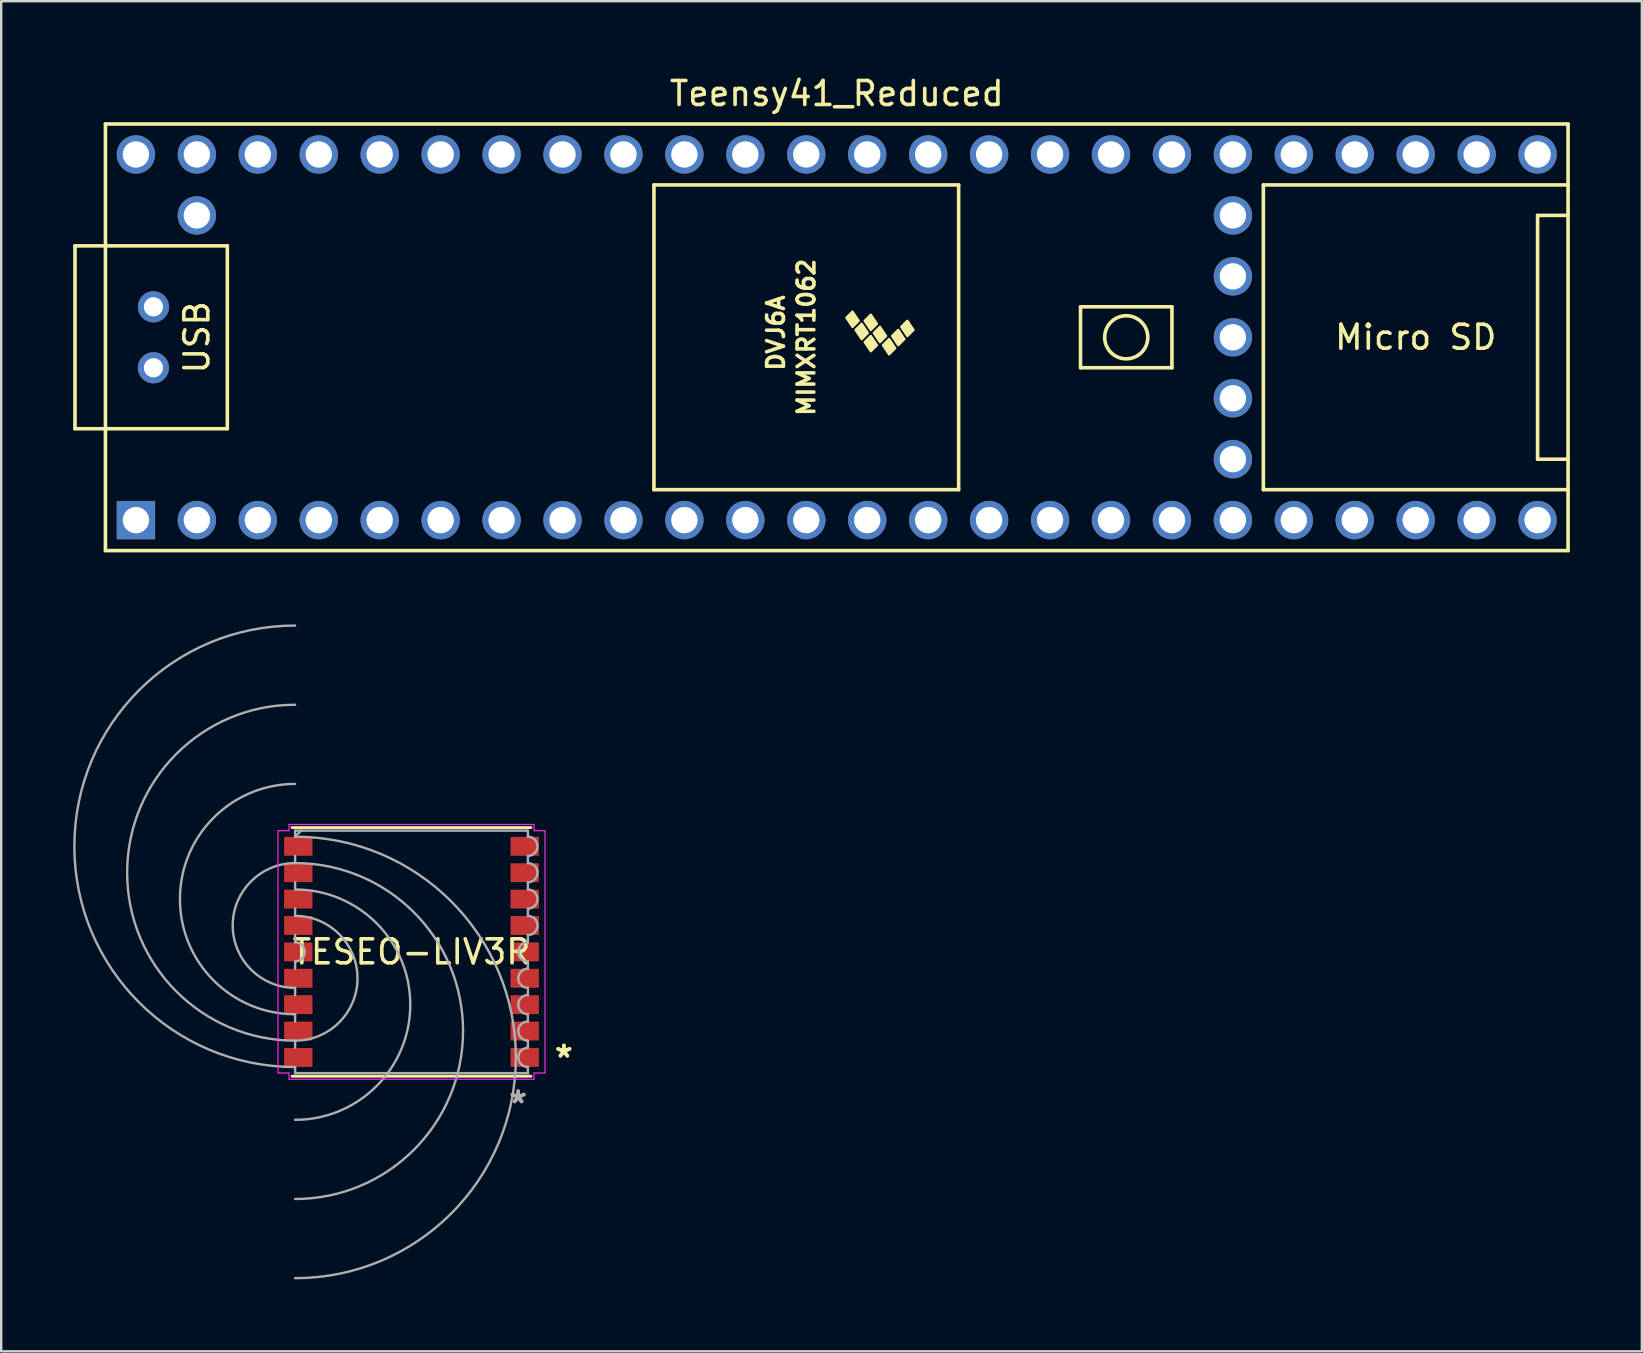
<source format=kicad_pcb>
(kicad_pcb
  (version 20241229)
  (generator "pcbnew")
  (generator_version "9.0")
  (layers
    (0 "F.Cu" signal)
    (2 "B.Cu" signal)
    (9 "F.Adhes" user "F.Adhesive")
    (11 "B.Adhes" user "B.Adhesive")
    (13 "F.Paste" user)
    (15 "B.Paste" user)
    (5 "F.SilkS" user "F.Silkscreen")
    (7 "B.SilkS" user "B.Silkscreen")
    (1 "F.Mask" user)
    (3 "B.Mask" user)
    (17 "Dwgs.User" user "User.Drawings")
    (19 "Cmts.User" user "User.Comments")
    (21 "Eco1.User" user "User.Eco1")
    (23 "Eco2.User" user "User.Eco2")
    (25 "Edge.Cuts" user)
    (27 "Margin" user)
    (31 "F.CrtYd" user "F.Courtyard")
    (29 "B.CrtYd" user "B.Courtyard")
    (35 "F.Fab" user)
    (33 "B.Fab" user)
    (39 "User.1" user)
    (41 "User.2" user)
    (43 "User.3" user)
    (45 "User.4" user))
  (footprint "Teensy41_Reduced"
    (layer "F.Cu")
    (at 31.825 11.008)
    (property "Reference" "Teensy41_Reduced" (at 0 -10.16 0) (layer "F.SilkS") (effects (font (size 1 1) (thickness 0.15))))
    (attr through_hole)
    (fp_line (start -31.75 -3.81) (end -30.48 -3.81) (stroke (width 0.15) (type solid)) (layer "F.SilkS"))
    (fp_line (start -31.75 3.81) (end -31.75 -3.81) (stroke (width 0.15) (type solid)) (layer "F.SilkS"))
    (fp_line (start -30.48 -8.89) (end 30.48 -8.89) (stroke (width 0.15) (type solid)) (layer "F.SilkS"))
    (fp_line (start -30.48 3.81) (end -31.75 3.81) (stroke (width 0.15) (type solid)) (layer "F.SilkS"))
    (fp_line (start -30.48 8.89) (end -30.48 -8.89) (stroke (width 0.15) (type solid)) (layer "F.SilkS"))
    (fp_line (start -25.4 -3.81) (end -30.48 -3.81) (stroke (width 0.15) (type solid)) (layer "F.SilkS"))
    (fp_line (start -25.4 3.81) (end -30.48 3.81) (stroke (width 0.15) (type solid)) (layer "F.SilkS"))
    (fp_line (start -25.4 3.81) (end -25.4 -3.81) (stroke (width 0.15) (type solid)) (layer "F.SilkS"))
    (fp_line (start -7.62 -6.35) (end -7.62 6.35) (stroke (width 0.15) (type solid)) (layer "F.SilkS"))
    (fp_line (start -7.62 6.35) (end 5.08 6.35) (stroke (width 0.15) (type solid)) (layer "F.SilkS"))
    (fp_line (start 5.08 -6.35) (end -7.62 -6.35) (stroke (width 0.15) (type solid)) (layer "F.SilkS"))
    (fp_line (start 5.08 6.35) (end 5.08 -6.35) (stroke (width 0.15) (type solid)) (layer "F.SilkS"))
    (fp_line (start 10.16 -1.27) (end 13.97 -1.27) (stroke (width 0.15) (type solid)) (layer "F.SilkS"))
    (fp_line (start 10.16 1.27) (end 10.16 -1.27) (stroke (width 0.15) (type solid)) (layer "F.SilkS"))
    (fp_line (start 13.97 -1.27) (end 13.97 1.27) (stroke (width 0.15) (type solid)) (layer "F.SilkS"))
    (fp_line (start 13.97 1.27) (end 10.16 1.27) (stroke (width 0.15) (type solid)) (layer "F.SilkS"))
    (fp_line (start 17.78 -6.35) (end 17.78 6.35) (stroke (width 0.15) (type solid)) (layer "F.SilkS"))
    (fp_line (start 17.78 6.35) (end 30.48 6.35) (stroke (width 0.15) (type solid)) (layer "F.SilkS"))
    (fp_line (start 29.21 -5.08) (end 29.21 5.08) (stroke (width 0.15) (type solid)) (layer "F.SilkS"))
    (fp_line (start 29.21 5.08) (end 30.48 5.08) (stroke (width 0.15) (type solid)) (layer "F.SilkS"))
    (fp_line (start 30.48 -8.89) (end 30.48 8.89) (stroke (width 0.15) (type solid)) (layer "F.SilkS"))
    (fp_line (start 30.48 -6.35) (end 17.78 -6.35) (stroke (width 0.15) (type solid)) (layer "F.SilkS"))
    (fp_line (start 30.48 -5.08) (end 29.21 -5.08) (stroke (width 0.15) (type solid)) (layer "F.SilkS"))
    (fp_line (start 30.48 8.89) (end -30.48 8.89) (stroke (width 0.15) (type solid)) (layer "F.SilkS"))
    (fp_circle (center 12.065 0) (end 12.7 -0.635) (stroke (width 0.15) (type solid)) (fill no) (layer "F.SilkS"))
    (fp_poly (pts (xy 0.911 -0.688) (xy 0.657 -0.434) (xy 0.403 -0.815) (xy 0.657 -1.069)) (stroke (width 0.1) (type solid)) (fill yes) (layer "F.SilkS"))
    (fp_poly (pts (xy 1.292 -0.18) (xy 1.038 0.074) (xy 0.784 -0.307) (xy 1.038 -0.561)) (stroke (width 0.1) (type solid)) (fill yes) (layer "F.SilkS"))
    (fp_poly (pts (xy 1.673 -0.561) (xy 1.419 -0.307) (xy 1.165 -0.688) (xy 1.419 -0.942)) (stroke (width 0.1) (type solid)) (fill yes) (layer "F.SilkS"))
    (fp_poly (pts (xy 1.673 0.328) (xy 1.419 0.582) (xy 1.165 0.201) (xy 1.419 -0.053)) (stroke (width 0.1) (type solid)) (fill yes) (layer "F.SilkS"))
    (fp_poly (pts (xy 2.054 -0.053) (xy 1.8 0.201) (xy 1.546 -0.18) (xy 1.8 -0.434)) (stroke (width 0.1) (type solid)) (fill yes) (layer "F.SilkS"))
    (fp_poly (pts (xy 2.435 0.455) (xy 2.181 0.709) (xy 1.927 0.328) (xy 2.181 0.074)) (stroke (width 0.1) (type solid)) (fill yes) (layer "F.SilkS"))
    (fp_poly (pts (xy 2.816 0.074) (xy 2.562 0.328) (xy 2.308 -0.053) (xy 2.562 -0.307)) (stroke (width 0.1) (type solid)) (fill yes) (layer "F.SilkS"))
    (fp_poly (pts (xy 3.197 -0.307) (xy 2.943 -0.053) (xy 2.689 -0.434) (xy 2.943 -0.688)) (stroke (width 0.1) (type solid)) (fill yes) (layer "F.SilkS"))
    (fp_text user "MIMXRT1062" (at -1.27 0 270) (layer "F.SilkS") (effects (font (size 0.7 0.7) (thickness 0.15))))
    (fp_text user "DVJ6A" (at -2.54 -0.18 270) (layer "F.SilkS") (effects (font (size 0.7 0.7) (thickness 0.15))))
    (fp_text user "USB" (at -26.67 0 270) (layer "F.SilkS") (effects (font (size 1 1) (thickness 0.15))))
    (fp_text user "Micro SD" (at 24.13 0 0) (layer "F.SilkS") (effects (font (size 1 1) (thickness 0.15))))
    (pad "1" thru_hole rect (at -29.21 7.62) (size 1.6 1.6) (drill 1.1) (layers "*.Cu" "*.Mask"))
    (pad "2" thru_hole circle (at -26.67 7.62) (size 1.6 1.6) (drill 1.1) (layers "*.Cu" "*.Mask"))
    (pad "3" thru_hole circle (at -24.13 7.62) (size 1.6 1.6) (drill 1.1) (layers "*.Cu" "*.Mask"))
    (pad "4" thru_hole circle (at -21.59 7.62) (size 1.6 1.6) (drill 1.1) (layers "*.Cu" "*.Mask"))
    (pad "5" thru_hole circle (at -19.05 7.62) (size 1.6 1.6) (drill 1.1) (layers "*.Cu" "*.Mask"))
    (pad "6" thru_hole circle (at -16.51 7.62) (size 1.6 1.6) (drill 1.1) (layers "*.Cu" "*.Mask"))
    (pad "7" thru_hole circle (at -13.97 7.62) (size 1.6 1.6) (drill 1.1) (layers "*.Cu" "*.Mask"))
    (pad "8" thru_hole circle (at -11.43 7.62) (size 1.6 1.6) (drill 1.1) (layers "*.Cu" "*.Mask"))
    (pad "9" thru_hole circle (at -8.89 7.62) (size 1.6 1.6) (drill 1.1) (layers "*.Cu" "*.Mask"))
    (pad "10" thru_hole circle (at -6.35 7.62) (size 1.6 1.6) (drill 1.1) (layers "*.Cu" "*.Mask"))
    (pad "11" thru_hole circle (at -3.81 7.62) (size 1.6 1.6) (drill 1.1) (layers "*.Cu" "*.Mask"))
    (pad "12" thru_hole circle (at -1.27 7.62) (size 1.6 1.6) (drill 1.1) (layers "*.Cu" "*.Mask"))
    (pad "13" thru_hole circle (at 1.27 7.62) (size 1.6 1.6) (drill 1.1) (layers "*.Cu" "*.Mask"))
    (pad "14" thru_hole circle (at 3.81 7.62) (size 1.6 1.6) (drill 1.1) (layers "*.Cu" "*.Mask"))
    (pad "15" thru_hole circle (at 6.35 7.62) (size 1.6 1.6) (drill 1.1) (layers "*.Cu" "*.Mask"))
    (pad "16" thru_hole circle (at 8.89 7.62) (size 1.6 1.6) (drill 1.1) (layers "*.Cu" "*.Mask"))
    (pad "17" thru_hole circle (at 11.43 7.62) (size 1.6 1.6) (drill 1.1) (layers "*.Cu" "*.Mask"))
    (pad "18" thru_hole circle (at 13.97 7.62) (size 1.6 1.6) (drill 1.1) (layers "*.Cu" "*.Mask"))
    (pad "19" thru_hole circle (at 16.51 7.62) (size 1.6 1.6) (drill 1.1) (layers "*.Cu" "*.Mask"))
    (pad "20" thru_hole circle (at 19.05 7.62) (size 1.6 1.6) (drill 1.1) (layers "*.Cu" "*.Mask"))
    (pad "21" thru_hole circle (at 21.59 7.62) (size 1.6 1.6) (drill 1.1) (layers "*.Cu" "*.Mask"))
    (pad "22" thru_hole circle (at 24.13 7.62) (size 1.6 1.6) (drill 1.1) (layers "*.Cu" "*.Mask"))
    (pad "23" thru_hole circle (at 26.67 7.62) (size 1.6 1.6) (drill 1.1) (layers "*.Cu" "*.Mask"))
    (pad "24" thru_hole circle (at 29.21 7.62) (size 1.6 1.6) (drill 1.1) (layers "*.Cu" "*.Mask"))
    (pad "25" thru_hole circle (at 29.21 -7.62) (size 1.6 1.6) (drill 1.1) (layers "*.Cu" "*.Mask"))
    (pad "26" thru_hole circle (at 26.67 -7.62) (size 1.6 1.6) (drill 1.1) (layers "*.Cu" "*.Mask"))
    (pad "27" thru_hole circle (at 24.13 -7.62) (size 1.6 1.6) (drill 1.1) (layers "*.Cu" "*.Mask"))
    (pad "28" thru_hole circle (at 21.59 -7.62) (size 1.6 1.6) (drill 1.1) (layers "*.Cu" "*.Mask"))
    (pad "29" thru_hole circle (at 19.05 -7.62) (size 1.6 1.6) (drill 1.1) (layers "*.Cu" "*.Mask"))
    (pad "30" thru_hole circle (at 16.51 -7.62) (size 1.6 1.6) (drill 1.1) (layers "*.Cu" "*.Mask"))
    (pad "31" thru_hole circle (at 13.97 -7.62) (size 1.6 1.6) (drill 1.1) (layers "*.Cu" "*.Mask"))
    (pad "32" thru_hole circle (at 11.43 -7.62) (size 1.6 1.6) (drill 1.1) (layers "*.Cu" "*.Mask"))
    (pad "33" thru_hole circle (at 8.89 -7.62) (size 1.6 1.6) (drill 1.1) (layers "*.Cu" "*.Mask"))
    (pad "34" thru_hole circle (at 6.35 -7.62) (size 1.6 1.6) (drill 1.1) (layers "*.Cu" "*.Mask"))
    (pad "35" thru_hole circle (at 3.81 -7.62) (size 1.6 1.6) (drill 1.1) (layers "*.Cu" "*.Mask"))
    (pad "36" thru_hole circle (at 1.27 -7.62) (size 1.6 1.6) (drill 1.1) (layers "*.Cu" "*.Mask"))
    (pad "37" thru_hole circle (at -1.27 -7.62) (size 1.6 1.6) (drill 1.1) (layers "*.Cu" "*.Mask"))
    (pad "38" thru_hole circle (at -3.81 -7.62) (size 1.6 1.6) (drill 1.1) (layers "*.Cu" "*.Mask"))
    (pad "39" thru_hole circle (at -6.35 -7.62) (size 1.6 1.6) (drill 1.1) (layers "*.Cu" "*.Mask"))
    (pad "40" thru_hole circle (at -8.89 -7.62) (size 1.6 1.6) (drill 1.1) (layers "*.Cu" "*.Mask"))
    (pad "41" thru_hole circle (at -11.43 -7.62) (size 1.6 1.6) (drill 1.1) (layers "*.Cu" "*.Mask"))
    (pad "42" thru_hole circle (at -13.97 -7.62) (size 1.6 1.6) (drill 1.1) (layers "*.Cu" "*.Mask"))
    (pad "43" thru_hole circle (at -16.51 -7.62) (size 1.6 1.6) (drill 1.1) (layers "*.Cu" "*.Mask"))
    (pad "44" thru_hole circle (at -19.05 -7.62) (size 1.6 1.6) (drill 1.1) (layers "*.Cu" "*.Mask"))
    (pad "45" thru_hole circle (at -21.59 -7.62) (size 1.6 1.6) (drill 1.1) (layers "*.Cu" "*.Mask"))
    (pad "46" thru_hole circle (at -24.13 -7.62) (size 1.6 1.6) (drill 1.1) (layers "*.Cu" "*.Mask"))
    (pad "47" thru_hole circle (at -26.67 -7.62) (size 1.6 1.6) (drill 1.1) (layers "*.Cu" "*.Mask"))
    (pad "48" thru_hole circle (at -29.21 -7.62) (size 1.6 1.6) (drill 1.1) (layers "*.Cu" "*.Mask"))
    (pad "49" thru_hole circle (at -26.67 -5.08) (size 1.6 1.6) (drill 1.1) (layers "*.Cu" "*.Mask"))
    (pad "50" thru_hole circle (at 16.51 5.08) (size 1.6 1.6) (drill 1.1) (layers "*.Cu" "*.Mask"))
    (pad "51" thru_hole circle (at 16.51 2.54) (size 1.6 1.6) (drill 1.1) (layers "*.Cu" "*.Mask"))
    (pad "52" thru_hole circle (at 16.51 0) (size 1.6 1.6) (drill 1.1) (layers "*.Cu" "*.Mask"))
    (pad "53" thru_hole circle (at 16.51 -2.54) (size 1.6 1.6) (drill 1.1) (layers "*.Cu" "*.Mask"))
    (pad "54" thru_hole circle (at 16.51 -5.08) (size 1.6 1.6) (drill 1.1) (layers "*.Cu" "*.Mask"))
    (pad "66" thru_hole circle (at -28.48 1.27) (size 1.3 1.3) (drill 0.8) (layers "*.Cu" "*.Mask"))
    (pad "67" thru_hole circle (at -28.48 -1.27) (size 1.3 1.3) (drill 0.8) (layers "*.Cu" "*.Mask")))
  (footprint "TESEO-LIV3R"
    (layer "F.Cu")
    (at 14.101 36.623)
    (property "Reference" "TESEO-LIV3R" (at 0 0 0) (layer "F.SilkS") (effects (font (size 1 1) (thickness 0.15))))
    (attr through_hole)
    (fp_line (start -4.978 -5.182) (end 4.978 -5.182) (stroke (width 0.12) (type solid)) (layer "F.SilkS"))
    (fp_line (start -4.978 5.182) (end 4.978 5.182) (stroke (width 0.12) (type solid)) (layer "F.SilkS"))
    (fp_line (start -5.563 -5.048) (end -5.105 -5.048) (stroke (width 0.05) (type solid)) (layer "F.CrtYd"))
    (fp_line (start -5.563 5.048) (end -5.563 -5.048) (stroke (width 0.05) (type solid)) (layer "F.CrtYd"))
    (fp_line (start -5.105 -5.309) (end 5.105 -5.309) (stroke (width 0.05) (type solid)) (layer "F.CrtYd"))
    (fp_line (start -5.105 -5.048) (end -5.105 -5.309) (stroke (width 0.05) (type solid)) (layer "F.CrtYd"))
    (fp_line (start -5.105 5.048) (end -5.563 5.048) (stroke (width 0.05) (type solid)) (layer "F.CrtYd"))
    (fp_line (start -5.105 5.309) (end -5.105 5.048) (stroke (width 0.05) (type solid)) (layer "F.CrtYd"))
    (fp_line (start 5.105 -5.309) (end 5.105 -5.048) (stroke (width 0.05) (type solid)) (layer "F.CrtYd"))
    (fp_line (start 5.105 -5.048) (end 5.563 -5.048) (stroke (width 0.05) (type solid)) (layer "F.CrtYd"))
    (fp_line (start 5.105 5.048) (end 5.105 5.309) (stroke (width 0.05) (type solid)) (layer "F.CrtYd"))
    (fp_line (start 5.105 5.309) (end -5.105 5.309) (stroke (width 0.05) (type solid)) (layer "F.CrtYd"))
    (fp_line (start 5.563 -5.048) (end 5.563 5.048) (stroke (width 0.05) (type solid)) (layer "F.CrtYd"))
    (fp_line (start 5.563 5.048) (end 5.105 5.048) (stroke (width 0.05) (type solid)) (layer "F.CrtYd"))
    (fp_line (start -4.851 -5.055) (end 4.851 -5.055) (stroke (width 0.1) (type solid)) (layer "F.Fab"))
    (fp_line (start -4.851 -4.8) (end -4.851 -5.055) (stroke (width 0.1) (type solid)) (layer "F.Fab"))
    (fp_line (start -4.851 -4) (end -4.851 -3.7) (stroke (width 0.1) (type solid)) (layer "F.Fab"))
    (fp_line (start -4.851 -2.9) (end -4.851 -2.6) (stroke (width 0.1) (type solid)) (layer "F.Fab"))
    (fp_line (start -4.851 -1.8) (end -4.851 -1.5) (stroke (width 0.1) (type solid)) (layer "F.Fab"))
    (fp_line (start -4.851 -0.7) (end -4.851 -0.4) (stroke (width 0.1) (type solid)) (layer "F.Fab"))
    (fp_line (start -4.851 0.4) (end -4.851 0.7) (stroke (width 0.1) (type solid)) (layer "F.Fab"))
    (fp_line (start -4.851 1.5) (end -4.851 1.8) (stroke (width 0.1) (type solid)) (layer "F.Fab"))
    (fp_line (start -4.851 2.6) (end -4.851 2.9) (stroke (width 0.1) (type solid)) (layer "F.Fab"))
    (fp_line (start -4.851 3.7) (end -4.851 4) (stroke (width 0.1) (type solid)) (layer "F.Fab"))
    (fp_line (start -4.851 4.8) (end -4.851 5.055) (stroke (width 0.1) (type solid)) (layer "F.Fab"))
    (fp_line (start -4.851 5.055) (end 4.851 5.055) (stroke (width 0.1) (type solid)) (layer "F.Fab"))
    (fp_line (start -4.597 -5.055) (end -4.851 -4.801) (stroke (width 0.1) (type solid)) (layer "F.Fab"))
    (fp_line (start 4.851 -4.8) (end 4.851 -5.055) (stroke (width 0.1) (type solid)) (layer "F.Fab"))
    (fp_line (start 4.851 -4) (end 4.851 -3.7) (stroke (width 0.1) (type solid)) (layer "F.Fab"))
    (fp_line (start 4.851 -2.9) (end 4.851 -2.6) (stroke (width 0.1) (type solid)) (layer "F.Fab"))
    (fp_line (start 4.851 -1.8) (end 4.851 -1.5) (stroke (width 0.1) (type solid)) (layer "F.Fab"))
    (fp_line (start 4.851 -0.7) (end 4.851 -0.4) (stroke (width 0.1) (type solid)) (layer "F.Fab"))
    (fp_line (start 4.851 0.4) (end 4.851 0.7) (stroke (width 0.1) (type solid)) (layer "F.Fab"))
    (fp_line (start 4.851 1.5) (end 4.851 1.8) (stroke (width 0.1) (type solid)) (layer "F.Fab"))
    (fp_line (start 4.851 2.6) (end 4.851 2.9) (stroke (width 0.1) (type solid)) (layer "F.Fab"))
    (fp_line (start 4.851 3.7) (end 4.851 4) (stroke (width 0.1) (type solid)) (layer "F.Fab"))
    (fp_line (start 4.851 4.8) (end 4.851 5.055) (stroke (width 0.1) (type solid)) (layer "F.Fab"))
    (fp_arc (start -4.8514 -4.799998) (mid 4.348597 4.399999) (end -4.8514 13.599996) (stroke (width 0.1) (type solid)) (layer "F.Fab"))
    (fp_arc (start -4.8514 -3.699998) (mid 2.148596 3.299998) (end -4.8514 10.299994) (stroke (width 0.1) (type solid)) (layer "F.Fab"))
    (fp_arc (start -4.8514 -2.6) (mid -0.051399 2.200001) (end -4.8514 7.000002) (stroke (width 0.1) (type solid)) (layer "F.Fab"))
    (fp_arc (start -4.8514 -1.5) (mid -2.2514 1.1) (end -4.8514 3.7) (stroke (width 0.1) (type solid)) (layer "F.Fab"))
    (fp_arc (start -4.8514 -0.399999) (mid -4.451401 0) (end -4.8514 0.399999) (stroke (width 0.1) (type solid)) (layer "F.Fab"))
    (fp_arc (start -4.8514 1.5) (mid -7.4514 -1.1) (end -4.8514 -3.7) (stroke (width 0.1) (type solid)) (layer "F.Fab"))
    (fp_arc (start -4.8514 2.6) (mid -9.651401 -2.200001) (end -4.8514 -7.000002) (stroke (width 0.1) (type solid)) (layer "F.Fab"))
    (fp_arc (start -4.8514 3.7) (mid -11.851401 -3.300001) (end -4.8514 -10.300002) (stroke (width 0.1) (type solid)) (layer "F.Fab"))
    (fp_arc (start -4.8514 4.800001) (mid -14.051402 -4.400001) (end -4.8514 -13.600003) (stroke (width 0.1) (type solid)) (layer "F.Fab"))
    (fp_arc (start 4.8514 -4.800001) (mid 5.2514 -4.400001) (end 4.8514 -4.000001) (stroke (width 0.1) (type solid)) (layer "F.Fab"))
    (fp_arc (start 4.8514 -3.7) (mid 5.251399 -3.300001) (end 4.8514 -2.900002) (stroke (width 0.1) (type solid)) (layer "F.Fab"))
    (fp_arc (start 4.8514 -2.6) (mid 5.251399 -2.200001) (end 4.8514 -1.800002) (stroke (width 0.1) (type solid)) (layer "F.Fab"))
    (fp_arc (start 4.8514 -1.5) (mid 5.2514 -1.1) (end 4.8514 -0.7) (stroke (width 0.1) (type solid)) (layer "F.Fab"))
    (fp_arc (start 4.8514 0.399999) (mid 4.451401 0) (end 4.8514 -0.399999) (stroke (width 0.1) (type solid)) (layer "F.Fab"))
    (fp_arc (start 4.8514 1.5) (mid 4.4514 1.1) (end 4.8514 0.7) (stroke (width 0.1) (type solid)) (layer "F.Fab"))
    (fp_arc (start 4.8514 2.6) (mid 4.451401 2.200001) (end 4.8514 1.800002) (stroke (width 0.1) (type solid)) (layer "F.Fab"))
    (fp_arc (start 4.8514 3.699998) (mid 4.4514 3.299998) (end 4.8514 2.899998) (stroke (width 0.1) (type solid)) (layer "F.Fab"))
    (fp_arc (start 4.8514 4.799998) (mid 4.451401 4.399999) (end 4.8514 4) (stroke (width 0.1) (type solid)) (layer "F.Fab"))
    (fp_text user "*" (at 6.35 4.445 0) (layer "F.SilkS") (effects (font (size 1 1) (thickness 0.15))))
    (fp_text user "*" (at 6.35 4.445 0) (layer "F.SilkS") (effects (font (size 1 1) (thickness 0.15))))
    (fp_text user "Copyright 2021 Accelerated Designs. All rights reserved." (at 0 0 0) (layer "Cmts.User") (effects (font (size 0.127 0.127) (thickness 0.002))))
    (fp_text user "*" (at 4.445 6.35 0) (layer "F.Fab") (effects (font (size 1 1) (thickness 0.15))))
    (fp_text user "*" (at 4.445 6.35 0) (layer "F.Fab") (effects (font (size 1 1) (thickness 0.15))))
    (pad "1" smd rect (at 4.718 4.4) (size 1.181 0.787) (layers "F.Cu" "F.Mask" "F.Paste"))
    (pad "2" smd rect (at 4.718 3.3) (size 1.181 0.787) (layers "F.Cu" "F.Mask" "F.Paste"))
    (pad "3" smd rect (at 4.718 2.2) (size 1.181 0.787) (layers "F.Cu" "F.Mask" "F.Paste"))
    (pad "4" smd rect (at 4.718 1.1) (size 1.181 0.787) (layers "F.Cu" "F.Mask" "F.Paste"))
    (pad "5" smd rect (at 4.718 0) (size 1.181 0.787) (layers "F.Cu" "F.Mask" "F.Paste"))
    (pad "6" smd rect (at 4.718 -1.1) (size 1.181 0.787) (layers "F.Cu" "F.Mask" "F.Paste"))
    (pad "7" smd rect (at 4.718 -2.2) (size 1.181 0.787) (layers "F.Cu" "F.Mask" "F.Paste"))
    (pad "8" smd rect (at 4.718 -3.3) (size 1.181 0.787) (layers "F.Cu" "F.Mask" "F.Paste"))
    (pad "9" smd rect (at 4.718 -4.4) (size 1.181 0.787) (layers "F.Cu" "F.Mask" "F.Paste"))
    (pad "10" smd rect (at -4.718 -4.4) (size 1.181 0.787) (layers "F.Cu" "F.Mask" "F.Paste"))
    (pad "11" smd rect (at -4.718 -3.3) (size 1.181 0.787) (layers "F.Cu" "F.Mask" "F.Paste"))
    (pad "12" smd rect (at -4.718 -2.2) (size 1.181 0.787) (layers "F.Cu" "F.Mask" "F.Paste"))
    (pad "13" smd rect (at -4.718 -1.1) (size 1.181 0.787) (layers "F.Cu" "F.Mask" "F.Paste"))
    (pad "14" smd rect (at -4.718 0) (size 1.181 0.787) (layers "F.Cu" "F.Mask" "F.Paste"))
    (pad "15" smd rect (at -4.718 1.1) (size 1.181 0.787) (layers "F.Cu" "F.Mask" "F.Paste"))
    (pad "16" smd rect (at -4.718 2.2) (size 1.181 0.787) (layers "F.Cu" "F.Mask" "F.Paste"))
    (pad "17" smd rect (at -4.718 3.3) (size 1.181 0.787) (layers "F.Cu" "F.Mask" "F.Paste"))
    (pad "18" smd rect (at -4.718 4.4) (size 1.181 0.787) (layers "F.Cu" "F.Mask" "F.Paste")))
  (gr_rect
    (start -3 -3)
    (end 65.38 53.273)
    (stroke (width 0.1) (type default))
    (fill no)
    (layer "Edge.Cuts")))
</source>
